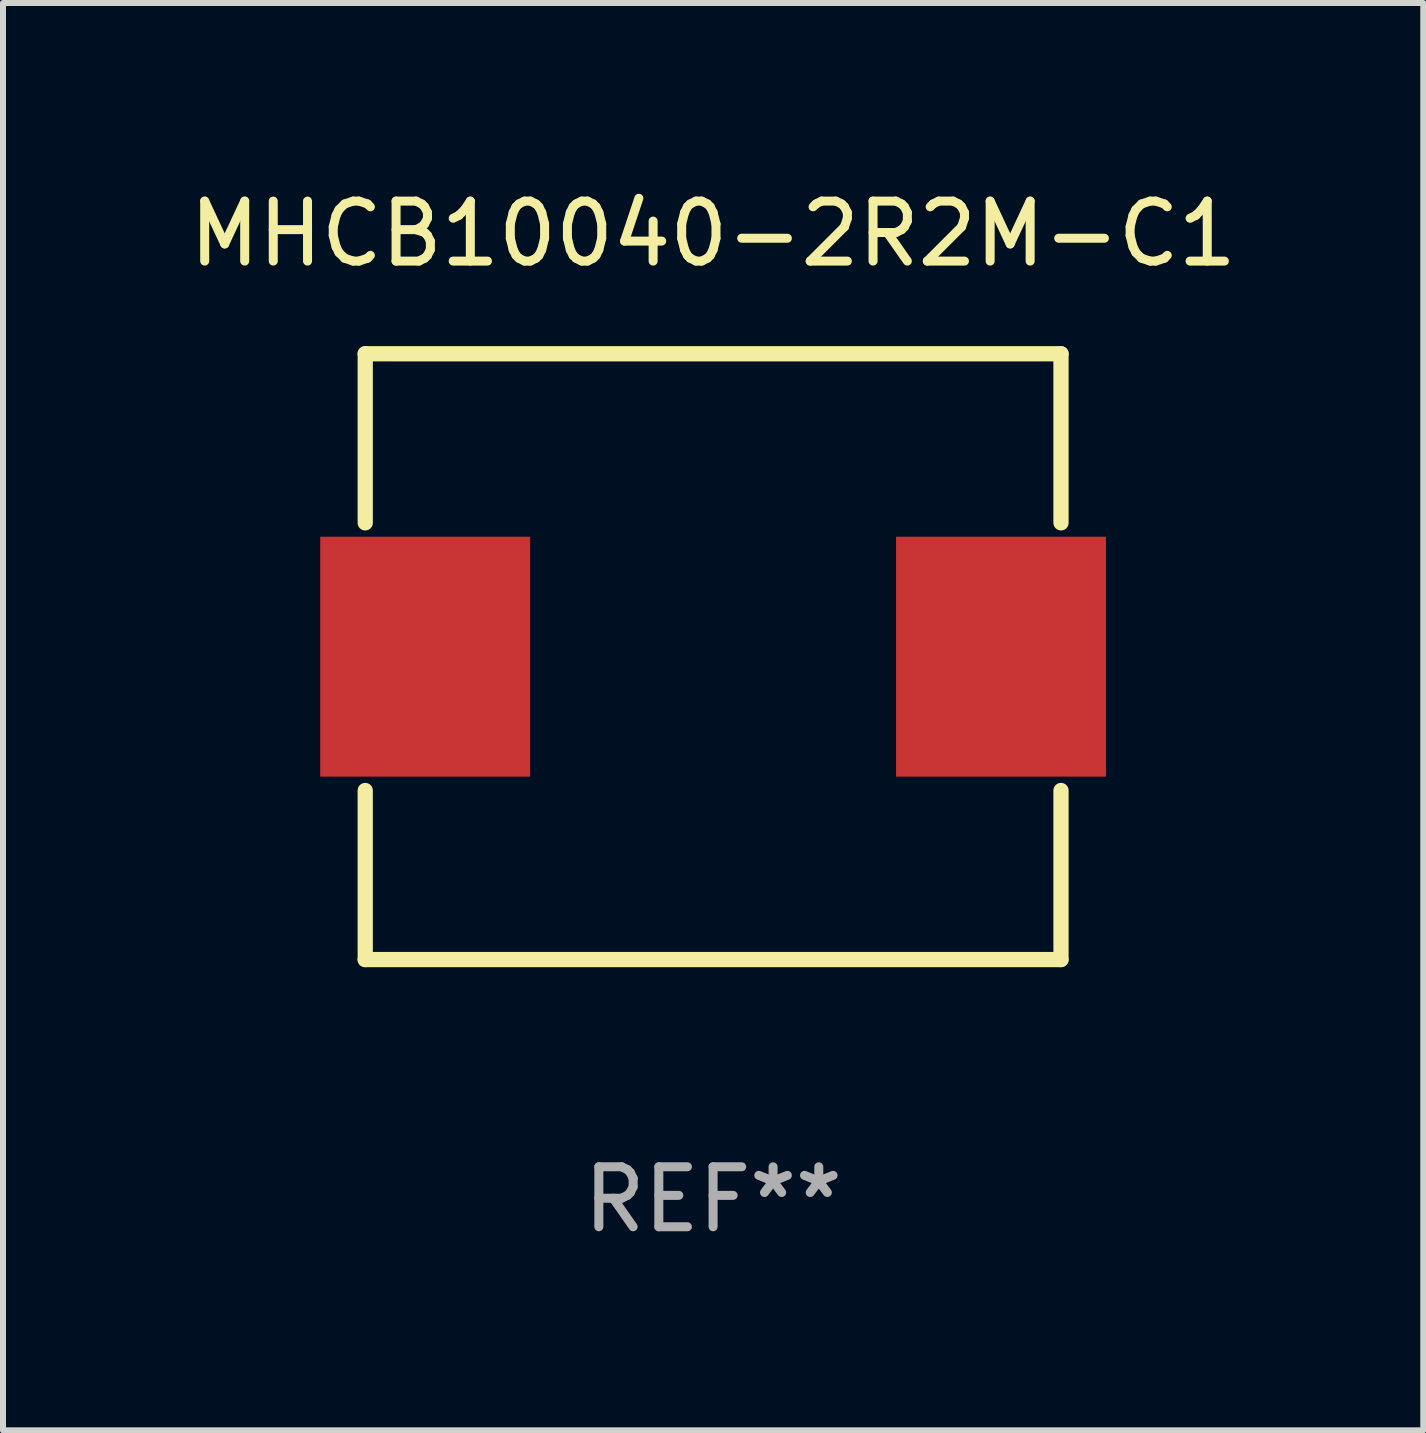
<source format=kicad_pcb>
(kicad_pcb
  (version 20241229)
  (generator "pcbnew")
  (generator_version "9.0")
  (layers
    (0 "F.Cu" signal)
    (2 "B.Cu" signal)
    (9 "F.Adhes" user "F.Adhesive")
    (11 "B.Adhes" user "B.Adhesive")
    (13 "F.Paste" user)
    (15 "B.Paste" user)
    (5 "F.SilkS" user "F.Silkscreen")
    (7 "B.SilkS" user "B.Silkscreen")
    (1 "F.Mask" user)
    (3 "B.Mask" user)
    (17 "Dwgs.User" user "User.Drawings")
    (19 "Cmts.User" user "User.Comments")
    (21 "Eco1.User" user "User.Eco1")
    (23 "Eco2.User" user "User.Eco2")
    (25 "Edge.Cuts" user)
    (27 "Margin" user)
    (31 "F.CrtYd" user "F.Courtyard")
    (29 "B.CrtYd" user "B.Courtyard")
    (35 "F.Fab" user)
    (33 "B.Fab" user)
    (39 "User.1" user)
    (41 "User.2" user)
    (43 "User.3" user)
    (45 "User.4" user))
  (footprint "MHCB10040-2R2M-C1"
    (layer "F.Cu")
    (at 8.839 7.898)
    (property "Reference" "MHCB10040-2R2M-C1" (at 0 -7.05 0) (layer "F.SilkS") (effects (font (size 1 1) (thickness 0.15))))
    (attr through_hole)
    (fp_line (start -5.8 -5.05) (end 5.8 -5.05) (stroke (width 0.254) (type solid)) (layer "F.SilkS"))
    (fp_line (start -5.8 -2.231) (end -5.8 -5.05) (stroke (width 0.254) (type solid)) (layer "F.SilkS"))
    (fp_line (start -5.8 5.05) (end -5.8 2.231) (stroke (width 0.254) (type solid)) (layer "F.SilkS"))
    (fp_line (start 5.8 -5.05) (end 5.8 -2.231) (stroke (width 0.254) (type solid)) (layer "F.SilkS"))
    (fp_line (start 5.8 2.231) (end 5.8 5.05) (stroke (width 0.254) (type solid)) (layer "F.SilkS"))
    (fp_line (start 5.8 5.05) (end -5.8 5.05) (stroke (width 0.254) (type solid)) (layer "F.SilkS"))
    (fp_circle (center -5.8 5.05) (end -5.77 5.05) (stroke (width 0.06) (type solid)) (fill no) (layer "F.SilkS"))
    (fp_text user "REF**" (at 0 9.05 0) (layer "F.Fab") (effects (font (size 1 1) (thickness 0.15))))
    (pad "1" smd rect (at -4.8 0) (size 3.5 4) (layers "F.Cu" "F.Mask" "F.Paste"))
    (pad "2" smd rect (at 4.8 0) (size 3.5 4) (layers "F.Cu" "F.Mask" "F.Paste")))
  (gr_rect
    (start -3 -3)
    (end 20.679 20.797)
    (stroke (width 0.1) (type default))
    (fill no)
    (layer "Edge.Cuts")))
</source>
